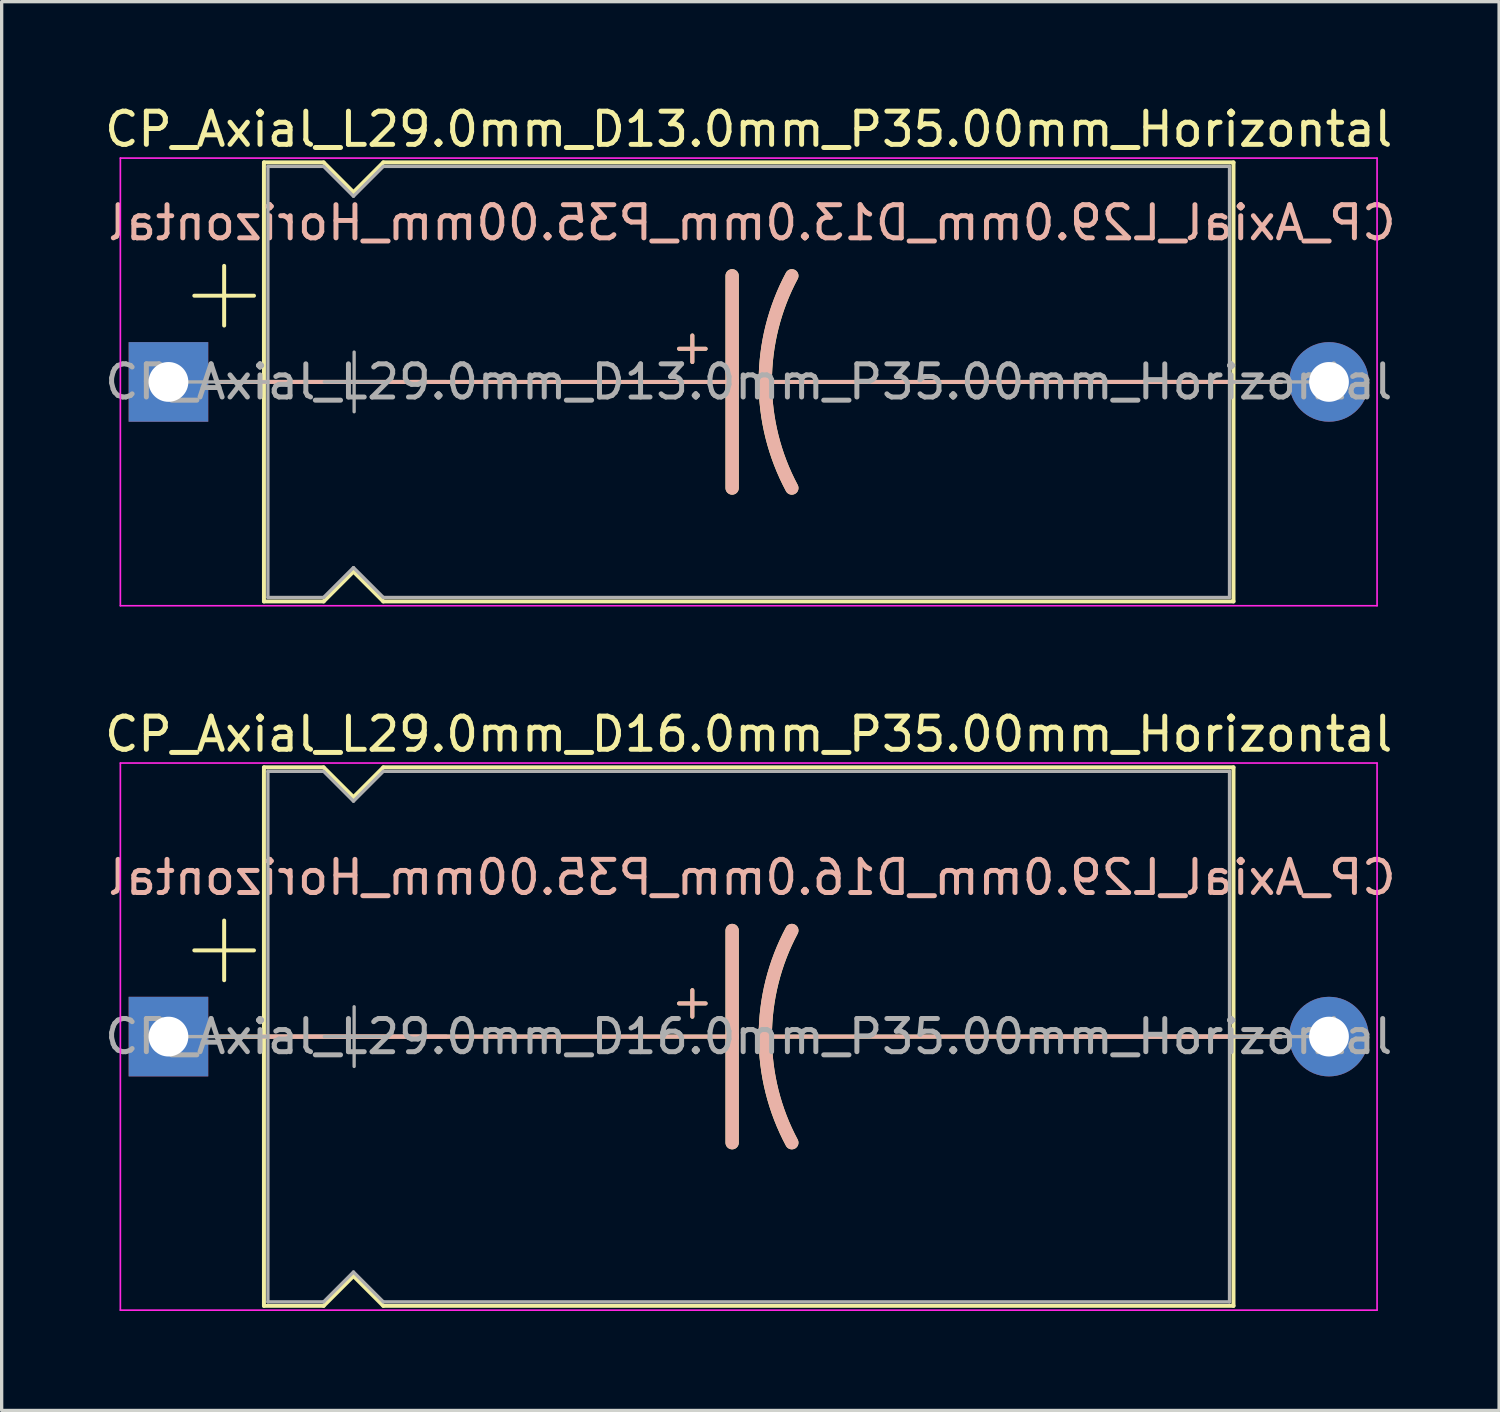
<source format=kicad_pcb>
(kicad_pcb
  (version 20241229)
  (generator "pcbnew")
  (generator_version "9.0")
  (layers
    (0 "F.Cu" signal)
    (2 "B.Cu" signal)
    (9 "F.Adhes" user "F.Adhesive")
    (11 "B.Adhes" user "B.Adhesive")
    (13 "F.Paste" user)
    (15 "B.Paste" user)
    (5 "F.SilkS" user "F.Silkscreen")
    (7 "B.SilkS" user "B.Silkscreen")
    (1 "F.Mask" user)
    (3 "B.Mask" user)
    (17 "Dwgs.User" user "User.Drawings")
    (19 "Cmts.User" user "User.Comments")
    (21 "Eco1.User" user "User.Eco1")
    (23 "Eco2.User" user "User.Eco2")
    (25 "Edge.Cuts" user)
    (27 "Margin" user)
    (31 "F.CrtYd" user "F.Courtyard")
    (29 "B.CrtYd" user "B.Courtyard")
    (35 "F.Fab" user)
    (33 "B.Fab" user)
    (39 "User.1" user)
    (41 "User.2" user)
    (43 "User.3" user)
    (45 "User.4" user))
  (footprint "CP_Axial_L29.0mm_D13.0mm_P35.00mm_Horizontal"
    (layer "F.Cu")
    (at 2.03 8.468)
    (property "Reference" "CP_Axial_L29.0mm_D13.0mm_P35.00mm_Horizontal" (at 17.5 -7.62 0) (layer "F.SilkS") (effects (font (size 1 1) (thickness 0.15))))
    (fp_line (start 0.78 -2.6) (end 2.58 -2.6) (stroke (width 0.12) (type solid)) (layer "F.SilkS"))
    (fp_line (start 1.44 0) (end 2.88 0) (stroke (width 0.12) (type solid)) (layer "F.SilkS"))
    (fp_line (start 1.68 -3.5) (end 1.68 -1.7) (stroke (width 0.12) (type solid)) (layer "F.SilkS"))
    (fp_line (start 2.88 -6.62) (end 2.88 6.62) (stroke (width 0.12) (type solid)) (layer "F.SilkS"))
    (fp_line (start 2.88 -6.62) (end 4.68 -6.62) (stroke (width 0.12) (type solid)) (layer "F.SilkS"))
    (fp_line (start 2.88 0) (end 17 0) (stroke (width 0.12) (type solid)) (layer "F.SilkS"))
    (fp_line (start 2.88 6.62) (end 4.68 6.62) (stroke (width 0.12) (type solid)) (layer "F.SilkS"))
    (fp_line (start 4.68 -6.62) (end 5.58 -5.72) (stroke (width 0.12) (type solid)) (layer "F.SilkS"))
    (fp_line (start 4.68 6.62) (end 5.58 5.72) (stroke (width 0.12) (type solid)) (layer "F.SilkS"))
    (fp_line (start 5.58 -5.72) (end 6.48 -6.62) (stroke (width 0.12) (type solid)) (layer "F.SilkS"))
    (fp_line (start 5.58 5.72) (end 6.48 6.62) (stroke (width 0.12) (type solid)) (layer "F.SilkS"))
    (fp_line (start 6.48 -6.62) (end 32.12 -6.62) (stroke (width 0.12) (type solid)) (layer "F.SilkS"))
    (fp_line (start 6.48 6.62) (end 32.12 6.62) (stroke (width 0.12) (type solid)) (layer "F.SilkS"))
    (fp_line (start 15.4 -1) (end 16.2 -1) (stroke (width 0.12) (type solid)) (layer "F.SilkS"))
    (fp_line (start 15.8 -1.4) (end 15.8 -0.6) (stroke (width 0.12) (type solid)) (layer "F.SilkS"))
    (fp_line (start 17 0) (end 17 -3.2) (stroke (width 0.4) (type solid)) (layer "F.SilkS"))
    (fp_line (start 17 0) (end 17 3.2) (stroke (width 0.4) (type solid)) (layer "F.SilkS"))
    (fp_line (start 32.12 -6.62) (end 32.12 6.62) (stroke (width 0.12) (type solid)) (layer "F.SilkS"))
    (fp_line (start 32.12 0) (end 18 0) (stroke (width 0.12) (type solid)) (layer "F.SilkS"))
    (fp_line (start 33.56 0) (end 32.12 0) (stroke (width 0.12) (type solid)) (layer "F.SilkS"))
    (fp_arc (start 18 0) (mid 18.203545 -1.649114) (end 18.8 -3.2) (stroke (width 0.4) (type solid)) (layer "F.SilkS"))
    (fp_arc (start 18.8 3.2) (mid 18.200704 1.649824) (end 18 0) (stroke (width 0.4) (type solid)) (layer "F.SilkS"))
    (fp_line (start 1.45 0) (end 8.38 0) (stroke (width 0.12) (type solid)) (layer "B.SilkS"))
    (fp_line (start 2.88 0) (end 17 0) (stroke (width 0.12) (type solid)) (layer "B.SilkS"))
    (fp_line (start 15.4 -1) (end 16.2 -1) (stroke (width 0.12) (type solid)) (layer "B.SilkS"))
    (fp_line (start 15.8 -0.6) (end 15.8 -1.4) (stroke (width 0.12) (type solid)) (layer "B.SilkS"))
    (fp_line (start 17 0) (end 17 -3.2) (stroke (width 0.4) (type solid)) (layer "B.SilkS"))
    (fp_line (start 17 0) (end 17 3.2) (stroke (width 0.4) (type solid)) (layer "B.SilkS"))
    (fp_line (start 32.12 0) (end 18 0) (stroke (width 0.12) (type solid)) (layer "B.SilkS"))
    (fp_line (start 33.55 0) (end 26.62 0) (stroke (width 0.12) (type solid)) (layer "B.SilkS"))
    (fp_arc (start 18 0) (mid 18.200703 -1.649824) (end 18.8 -3.2) (stroke (width 0.4) (type solid)) (layer "B.SilkS"))
    (fp_arc (start 18.8 3.2) (mid 18.203544 1.649114) (end 18 0) (stroke (width 0.4) (type solid)) (layer "B.SilkS"))
    (fp_line (start -1.45 -6.75) (end -1.45 6.75) (stroke (width 0.05) (type solid)) (layer "F.CrtYd"))
    (fp_line (start -1.45 6.75) (end 36.45 6.75) (stroke (width 0.05) (type solid)) (layer "F.CrtYd"))
    (fp_line (start 36.45 -6.75) (end -1.45 -6.75) (stroke (width 0.05) (type solid)) (layer "F.CrtYd"))
    (fp_line (start 36.45 6.75) (end 36.45 -6.75) (stroke (width 0.05) (type solid)) (layer "F.CrtYd"))
    (fp_line (start 0 0) (end 3 0) (stroke (width 0.1) (type solid)) (layer "F.Fab"))
    (fp_line (start 3 -6.5) (end 3 6.5) (stroke (width 0.1) (type solid)) (layer "F.Fab"))
    (fp_line (start 3 -6.5) (end 4.68 -6.5) (stroke (width 0.1) (type solid)) (layer "F.Fab"))
    (fp_line (start 3 6.5) (end 4.68 6.5) (stroke (width 0.1) (type solid)) (layer "F.Fab"))
    (fp_line (start 4.68 -6.5) (end 5.58 -5.6) (stroke (width 0.1) (type solid)) (layer "F.Fab"))
    (fp_line (start 4.68 6.5) (end 5.58 5.6) (stroke (width 0.1) (type solid)) (layer "F.Fab"))
    (fp_line (start 4.7 0) (end 6.5 0) (stroke (width 0.1) (type solid)) (layer "F.Fab"))
    (fp_line (start 5.58 -5.6) (end 6.48 -6.5) (stroke (width 0.1) (type solid)) (layer "F.Fab"))
    (fp_line (start 5.58 5.6) (end 6.48 6.5) (stroke (width 0.1) (type solid)) (layer "F.Fab"))
    (fp_line (start 5.6 -0.9) (end 5.6 0.9) (stroke (width 0.1) (type solid)) (layer "F.Fab"))
    (fp_line (start 6.48 -6.5) (end 32 -6.5) (stroke (width 0.1) (type solid)) (layer "F.Fab"))
    (fp_line (start 6.48 6.5) (end 32 6.5) (stroke (width 0.1) (type solid)) (layer "F.Fab"))
    (fp_line (start 32 -6.5) (end 32 6.5) (stroke (width 0.1) (type solid)) (layer "F.Fab"))
    (fp_line (start 35 0) (end 32 0) (stroke (width 0.1) (type solid)) (layer "F.Fab"))
    (fp_text user "${REFERENCE}" (at 17.6 -4.8 0) (layer "B.SilkS") (effects (font (size 1 1) (thickness 0.15)) (justify mirror)))
    (fp_text user "${REFERENCE}" (at 17.5 0 0) (layer "F.Fab") (effects (font (size 1 1) (thickness 0.15))))
    (pad "1" thru_hole rect (at 0 0) (size 2.4 2.4) (drill 1.2) (layers "*.Cu" "*.Mask"))
    (pad "2" thru_hole oval (at 35 0) (size 2.4 2.4) (drill 1.2) (layers "*.Cu" "*.Mask")))
  (footprint "CP_Axial_L29.0mm_D16.0mm_P35.00mm_Horizontal"
    (layer "F.Cu")
    (at 2.03 28.212)
    (property "Reference" "CP_Axial_L29.0mm_D16.0mm_P35.00mm_Horizontal" (at 17.5 -9.12 0) (layer "F.SilkS") (effects (font (size 1 1) (thickness 0.15))))
    (fp_line (start 0.78 -2.6) (end 2.58 -2.6) (stroke (width 0.12) (type solid)) (layer "F.SilkS"))
    (fp_line (start 1.44 0) (end 2.88 0) (stroke (width 0.12) (type solid)) (layer "F.SilkS"))
    (fp_line (start 1.68 -3.5) (end 1.68 -1.7) (stroke (width 0.12) (type solid)) (layer "F.SilkS"))
    (fp_line (start 2.88 -8.12) (end 2.88 8.12) (stroke (width 0.12) (type solid)) (layer "F.SilkS"))
    (fp_line (start 2.88 -8.12) (end 4.68 -8.12) (stroke (width 0.12) (type solid)) (layer "F.SilkS"))
    (fp_line (start 2.88 0) (end 17 0) (stroke (width 0.12) (type solid)) (layer "F.SilkS"))
    (fp_line (start 2.88 8.12) (end 4.68 8.12) (stroke (width 0.12) (type solid)) (layer "F.SilkS"))
    (fp_line (start 4.68 -8.12) (end 5.58 -7.22) (stroke (width 0.12) (type solid)) (layer "F.SilkS"))
    (fp_line (start 4.68 8.12) (end 5.58 7.22) (stroke (width 0.12) (type solid)) (layer "F.SilkS"))
    (fp_line (start 5.58 -7.22) (end 6.48 -8.12) (stroke (width 0.12) (type solid)) (layer "F.SilkS"))
    (fp_line (start 5.58 7.22) (end 6.48 8.12) (stroke (width 0.12) (type solid)) (layer "F.SilkS"))
    (fp_line (start 6.48 -8.12) (end 32.12 -8.12) (stroke (width 0.12) (type solid)) (layer "F.SilkS"))
    (fp_line (start 6.48 8.12) (end 32.12 8.12) (stroke (width 0.12) (type solid)) (layer "F.SilkS"))
    (fp_line (start 15.4 -1) (end 16.2 -1) (stroke (width 0.12) (type solid)) (layer "F.SilkS"))
    (fp_line (start 15.8 -1.4) (end 15.8 -0.6) (stroke (width 0.12) (type solid)) (layer "F.SilkS"))
    (fp_line (start 17 0) (end 17 -3.2) (stroke (width 0.4) (type solid)) (layer "F.SilkS"))
    (fp_line (start 17 0) (end 17 3.2) (stroke (width 0.4) (type solid)) (layer "F.SilkS"))
    (fp_line (start 32.12 -8.12) (end 32.12 8.12) (stroke (width 0.12) (type solid)) (layer "F.SilkS"))
    (fp_line (start 32.12 0) (end 18 0) (stroke (width 0.12) (type solid)) (layer "F.SilkS"))
    (fp_line (start 33.56 0) (end 32.12 0) (stroke (width 0.12) (type solid)) (layer "F.SilkS"))
    (fp_arc (start 18 0) (mid 18.203545 -1.649114) (end 18.8 -3.2) (stroke (width 0.4) (type solid)) (layer "F.SilkS"))
    (fp_arc (start 18.8 3.2) (mid 18.200704 1.649824) (end 18 0) (stroke (width 0.4) (type solid)) (layer "F.SilkS"))
    (fp_line (start 1.45 0) (end 8.38 0) (stroke (width 0.12) (type solid)) (layer "B.SilkS"))
    (fp_line (start 2.88 0) (end 17 0) (stroke (width 0.12) (type solid)) (layer "B.SilkS"))
    (fp_line (start 15.4 -1) (end 16.2 -1) (stroke (width 0.12) (type solid)) (layer "B.SilkS"))
    (fp_line (start 15.8 -0.6) (end 15.8 -1.4) (stroke (width 0.12) (type solid)) (layer "B.SilkS"))
    (fp_line (start 17 0) (end 17 -3.2) (stroke (width 0.4) (type solid)) (layer "B.SilkS"))
    (fp_line (start 17 0) (end 17 3.2) (stroke (width 0.4) (type solid)) (layer "B.SilkS"))
    (fp_line (start 32.12 0) (end 18 0) (stroke (width 0.12) (type solid)) (layer "B.SilkS"))
    (fp_line (start 33.55 0) (end 26.62 0) (stroke (width 0.12) (type solid)) (layer "B.SilkS"))
    (fp_arc (start 18 0) (mid 18.200703 -1.649824) (end 18.8 -3.2) (stroke (width 0.4) (type solid)) (layer "B.SilkS"))
    (fp_arc (start 18.8 3.2) (mid 18.203544 1.649114) (end 18 0) (stroke (width 0.4) (type solid)) (layer "B.SilkS"))
    (fp_line (start -1.45 -8.25) (end -1.45 8.25) (stroke (width 0.05) (type solid)) (layer "F.CrtYd"))
    (fp_line (start -1.45 8.25) (end 36.45 8.25) (stroke (width 0.05) (type solid)) (layer "F.CrtYd"))
    (fp_line (start 36.45 -8.25) (end -1.45 -8.25) (stroke (width 0.05) (type solid)) (layer "F.CrtYd"))
    (fp_line (start 36.45 8.25) (end 36.45 -8.25) (stroke (width 0.05) (type solid)) (layer "F.CrtYd"))
    (fp_line (start 0 0) (end 3 0) (stroke (width 0.1) (type solid)) (layer "F.Fab"))
    (fp_line (start 3 -8) (end 3 8) (stroke (width 0.1) (type solid)) (layer "F.Fab"))
    (fp_line (start 3 -8) (end 4.68 -8) (stroke (width 0.1) (type solid)) (layer "F.Fab"))
    (fp_line (start 3 8) (end 4.68 8) (stroke (width 0.1) (type solid)) (layer "F.Fab"))
    (fp_line (start 4.68 -8) (end 5.58 -7.1) (stroke (width 0.1) (type solid)) (layer "F.Fab"))
    (fp_line (start 4.68 8) (end 5.58 7.1) (stroke (width 0.1) (type solid)) (layer "F.Fab"))
    (fp_line (start 4.7 0) (end 6.5 0) (stroke (width 0.1) (type solid)) (layer "F.Fab"))
    (fp_line (start 5.58 -7.1) (end 6.48 -8) (stroke (width 0.1) (type solid)) (layer "F.Fab"))
    (fp_line (start 5.58 7.1) (end 6.48 8) (stroke (width 0.1) (type solid)) (layer "F.Fab"))
    (fp_line (start 5.6 -0.9) (end 5.6 0.9) (stroke (width 0.1) (type solid)) (layer "F.Fab"))
    (fp_line (start 6.48 -8) (end 32 -8) (stroke (width 0.1) (type solid)) (layer "F.Fab"))
    (fp_line (start 6.48 8) (end 32 8) (stroke (width 0.1) (type solid)) (layer "F.Fab"))
    (fp_line (start 32 -8) (end 32 8) (stroke (width 0.1) (type solid)) (layer "F.Fab"))
    (fp_line (start 35 0) (end 32 0) (stroke (width 0.1) (type solid)) (layer "F.Fab"))
    (fp_text user "${REFERENCE}" (at 17.6 -4.8 0) (layer "B.SilkS") (effects (font (size 1 1) (thickness 0.15)) (justify mirror)))
    (fp_text user "${REFERENCE}" (at 17.5 0 0) (layer "F.Fab") (effects (font (size 1 1) (thickness 0.15))))
    (pad "1" thru_hole rect (at 0 0) (size 2.4 2.4) (drill 1.2) (layers "*.Cu" "*.Mask"))
    (pad "2" thru_hole oval (at 35 0) (size 2.4 2.4) (drill 1.2) (layers "*.Cu" "*.Mask")))
  (gr_rect
    (start -3 -3)
    (end 42.16 39.486)
    (stroke (width 0.1) (type default))
    (fill no)
    (layer "Edge.Cuts")))
</source>
